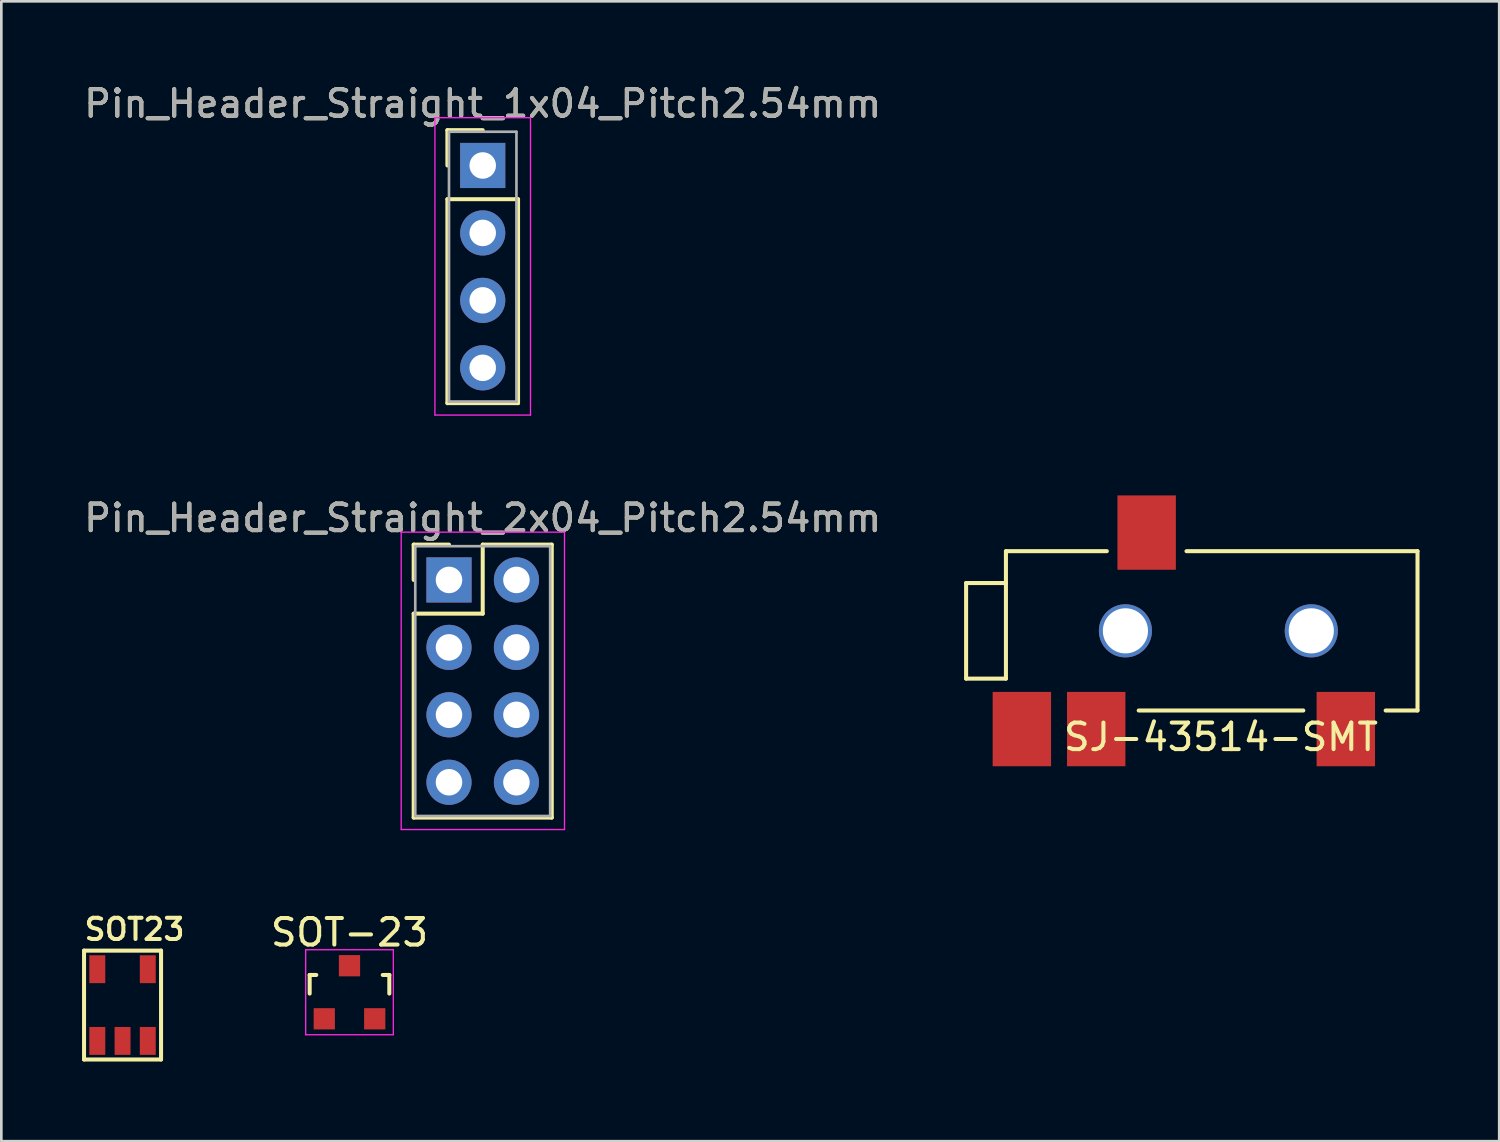
<source format=kicad_pcb>
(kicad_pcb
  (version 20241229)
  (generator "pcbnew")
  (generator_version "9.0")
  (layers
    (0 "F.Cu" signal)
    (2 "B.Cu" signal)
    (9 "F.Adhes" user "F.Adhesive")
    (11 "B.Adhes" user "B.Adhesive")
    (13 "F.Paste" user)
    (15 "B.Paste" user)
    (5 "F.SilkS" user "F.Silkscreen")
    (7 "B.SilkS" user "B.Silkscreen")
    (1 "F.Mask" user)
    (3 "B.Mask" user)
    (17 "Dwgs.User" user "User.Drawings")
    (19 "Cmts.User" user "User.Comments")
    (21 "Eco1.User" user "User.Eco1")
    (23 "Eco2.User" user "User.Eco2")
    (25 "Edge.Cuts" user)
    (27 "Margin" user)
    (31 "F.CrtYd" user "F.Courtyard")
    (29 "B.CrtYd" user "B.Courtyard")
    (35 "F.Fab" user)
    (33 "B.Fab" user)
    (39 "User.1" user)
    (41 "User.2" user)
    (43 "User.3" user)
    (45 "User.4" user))
  (footprint "SJ-43514-SMT"
    (layer "F.Cu")
    (at 42.833 20.707)
    (property "Reference" "SJ-43514-SMT" (at 0.1 4 0) (layer "F.SilkS") (effects (font (size 1 1) (thickness 0.152))))
    (attr through_hole)
    (fp_line (start -9.5 -1.8) (end -8 -1.8) (stroke (width 0.152) (type solid)) (layer "F.SilkS"))
    (fp_line (start -9.5 1.8) (end -9.5 -1.8) (stroke (width 0.152) (type solid)) (layer "F.SilkS"))
    (fp_line (start -8 -3) (end -8 1.8) (stroke (width 0.152) (type solid)) (layer "F.SilkS"))
    (fp_line (start -8 -3) (end -4.2 -3) (stroke (width 0.152) (type solid)) (layer "F.SilkS"))
    (fp_line (start -8 1.8) (end -9.5 1.8) (stroke (width 0.152) (type solid)) (layer "F.SilkS"))
    (fp_line (start -3 3) (end 3.2 3) (stroke (width 0.152) (type solid)) (layer "F.SilkS"))
    (fp_line (start -1.2 -3) (end 7.5 -3) (stroke (width 0.152) (type solid)) (layer "F.SilkS"))
    (fp_line (start 7.5 -3) (end 7.5 3) (stroke (width 0.152) (type solid)) (layer "F.SilkS"))
    (fp_line (start 7.5 3) (end 6.3 3) (stroke (width 0.152) (type solid)) (layer "F.SilkS"))
    (pad "" np_thru_hole circle (at -3.5 0) (size 2 2) (drill 1.7) (layers "*.Cu" "*.Mask"))
    (pad "" np_thru_hole circle (at 3.5 0) (size 2 2) (drill 1.7) (layers "*.Cu" "*.Mask"))
    (pad "1" smd rect (at -7.4 3.7) (size 2.2 2.8) (layers "F.Cu" "F.Mask" "F.Paste"))
    (pad "2" smd rect (at 4.8 3.7) (size 2.2 2.8) (layers "F.Cu" "F.Mask" "F.Paste"))
    (pad "3" smd rect (at -2.7 -3.7) (size 2.2 2.8) (layers "F.Cu" "F.Mask" "F.Paste"))
    (pad "4" smd rect (at -4.6 3.7) (size 2.2 2.8) (layers "F.Cu" "F.Mask" "F.Paste")))
  (footprint "Pin_Header_Straight_2x04_Pitch2.54mm"
    (layer "F.Cu")
    (at 13.859 18.79)
    (property "Reference" "Pin_Header_Straight_2x04_Pitch2.54mm" (at 1.27 -2.33 0) (layer "F.SilkS") (effects (font (size 1 1) (thickness 0.152))))
    (attr through_hole)
    (fp_line (start -1.33 -1.33) (end 0 -1.33) (stroke (width 0.152) (type solid)) (layer "F.SilkS"))
    (fp_line (start -1.33 0) (end -1.33 -1.33) (stroke (width 0.152) (type solid)) (layer "F.SilkS"))
    (fp_line (start -1.33 1.27) (end -1.33 8.95) (stroke (width 0.152) (type solid)) (layer "F.SilkS"))
    (fp_line (start -1.33 8.95) (end 3.87 8.95) (stroke (width 0.152) (type solid)) (layer "F.SilkS"))
    (fp_line (start 1.27 -1.33) (end 1.27 1.27) (stroke (width 0.152) (type solid)) (layer "F.SilkS"))
    (fp_line (start 1.27 1.27) (end -1.33 1.27) (stroke (width 0.152) (type solid)) (layer "F.SilkS"))
    (fp_line (start 3.87 -1.33) (end 1.27 -1.33) (stroke (width 0.152) (type solid)) (layer "F.SilkS"))
    (fp_line (start 3.87 8.95) (end 3.87 -1.33) (stroke (width 0.152) (type solid)) (layer "F.SilkS"))
    (fp_line (start -1.8 -1.8) (end -1.8 9.4) (stroke (width 0.05) (type solid)) (layer "F.CrtYd"))
    (fp_line (start -1.8 9.4) (end 4.35 9.4) (stroke (width 0.05) (type solid)) (layer "F.CrtYd"))
    (fp_line (start 4.35 -1.8) (end -1.8 -1.8) (stroke (width 0.05) (type solid)) (layer "F.CrtYd"))
    (fp_line (start 4.35 9.4) (end 4.35 -1.8) (stroke (width 0.05) (type solid)) (layer "F.CrtYd"))
    (fp_line (start -1.27 -1.27) (end -1.27 8.89) (stroke (width 0.1) (type solid)) (layer "F.Fab"))
    (fp_line (start -1.27 8.89) (end 3.81 8.89) (stroke (width 0.1) (type solid)) (layer "F.Fab"))
    (fp_line (start 3.81 -1.27) (end -1.27 -1.27) (stroke (width 0.1) (type solid)) (layer "F.Fab"))
    (fp_line (start 3.81 8.89) (end 3.81 -1.27) (stroke (width 0.1) (type solid)) (layer "F.Fab"))
    (fp_text user "${REFERENCE}" (at 1.27 -2.33 0) (layer "F.Fab") (effects (font (size 1 1) (thickness 0.152))))
    (pad "1" thru_hole rect (at 0 0) (size 1.7 1.7) (drill 1) (layers "*.Cu" "*.Mask"))
    (pad "2" thru_hole oval (at 2.54 0) (size 1.7 1.7) (drill 1) (layers "*.Cu" "*.Mask"))
    (pad "3" thru_hole oval (at 0 2.54) (size 1.7 1.7) (drill 1) (layers "*.Cu" "*.Mask"))
    (pad "4" thru_hole oval (at 2.54 2.54) (size 1.7 1.7) (drill 1) (layers "*.Cu" "*.Mask"))
    (pad "5" thru_hole oval (at 0 5.08) (size 1.7 1.7) (drill 1) (layers "*.Cu" "*.Mask"))
    (pad "6" thru_hole oval (at 2.54 5.08) (size 1.7 1.7) (drill 1) (layers "*.Cu" "*.Mask"))
    (pad "7" thru_hole oval (at 0 7.62) (size 1.7 1.7) (drill 1) (layers "*.Cu" "*.Mask"))
    (pad "8" thru_hole oval (at 2.54 7.62) (size 1.7 1.7) (drill 1) (layers "*.Cu" "*.Mask")))
  (footprint "SOT-23"
    (layer "F.Cu")
    (at 10.112 34.317)
    (property "Reference" "SOT-23" (at 0 -2.25 0) (layer "F.SilkS") (effects (font (size 1 1) (thickness 0.152))))
    (attr smd)
    (fp_line (start -1.5 -0.65) (end -1.251 -0.65) (stroke (width 0.152) (type solid)) (layer "F.SilkS"))
    (fp_line (start -1.5 0.051) (end -1.5 -0.65) (stroke (width 0.152) (type solid)) (layer "F.SilkS"))
    (fp_line (start 1.299 -0.65) (end 1.251 -0.65) (stroke (width 0.15) (type solid)) (layer "F.SilkS"))
    (fp_line (start 1.299 -0.65) (end 1.5 -0.65) (stroke (width 0.152) (type solid)) (layer "F.SilkS"))
    (fp_line (start 1.5 -0.65) (end 1.5 0.051) (stroke (width 0.152) (type solid)) (layer "F.SilkS"))
    (fp_line (start -1.65 -1.6) (end 1.65 -1.6) (stroke (width 0.05) (type solid)) (layer "F.CrtYd"))
    (fp_line (start -1.65 1.6) (end -1.65 -1.6) (stroke (width 0.05) (type solid)) (layer "F.CrtYd"))
    (fp_line (start 1.65 -1.6) (end 1.65 1.6) (stroke (width 0.05) (type solid)) (layer "F.CrtYd"))
    (fp_line (start 1.65 1.6) (end -1.65 1.6) (stroke (width 0.05) (type solid)) (layer "F.CrtYd"))
    (pad "1" smd rect (at -0.95 1.001) (size 0.8 0.8) (layers "F.Cu" "F.Mask" "F.Paste"))
    (pad "2" smd rect (at 0.95 1.001) (size 0.8 0.8) (layers "F.Cu" "F.Mask" "F.Paste"))
    (pad "3" smd rect (at 0 -0.998) (size 0.8 0.8) (layers "F.Cu" "F.Mask" "F.Paste")))
  (footprint "Pin_Header_Straight_1x04_Pitch2.54mm"
    (layer "F.Cu")
    (at 15.129 3.182)
    (property "Reference" "Pin_Header_Straight_1x04_Pitch2.54mm" (at 0 -2.33 0) (layer "F.SilkS") (effects (font (size 1 1) (thickness 0.152))))
    (attr through_hole)
    (fp_line (start -1.33 -1.33) (end 0 -1.33) (stroke (width 0.152) (type solid)) (layer "F.SilkS"))
    (fp_line (start -1.33 0) (end -1.33 -1.33) (stroke (width 0.152) (type solid)) (layer "F.SilkS"))
    (fp_line (start -1.33 1.27) (end -1.33 8.95) (stroke (width 0.152) (type solid)) (layer "F.SilkS"))
    (fp_line (start -1.33 8.95) (end 1.33 8.95) (stroke (width 0.152) (type solid)) (layer "F.SilkS"))
    (fp_line (start 1.33 1.27) (end -1.33 1.27) (stroke (width 0.152) (type solid)) (layer "F.SilkS"))
    (fp_line (start 1.33 8.95) (end 1.33 1.27) (stroke (width 0.152) (type solid)) (layer "F.SilkS"))
    (fp_line (start -1.8 -1.8) (end -1.8 9.4) (stroke (width 0.05) (type solid)) (layer "F.CrtYd"))
    (fp_line (start -1.8 9.4) (end 1.8 9.4) (stroke (width 0.05) (type solid)) (layer "F.CrtYd"))
    (fp_line (start 1.8 -1.8) (end -1.8 -1.8) (stroke (width 0.05) (type solid)) (layer "F.CrtYd"))
    (fp_line (start 1.8 9.4) (end 1.8 -1.8) (stroke (width 0.05) (type solid)) (layer "F.CrtYd"))
    (fp_line (start -1.27 -1.27) (end -1.27 8.89) (stroke (width 0.1) (type solid)) (layer "F.Fab"))
    (fp_line (start -1.27 8.89) (end 1.27 8.89) (stroke (width 0.1) (type solid)) (layer "F.Fab"))
    (fp_line (start 1.27 -1.27) (end -1.27 -1.27) (stroke (width 0.1) (type solid)) (layer "F.Fab"))
    (fp_line (start 1.27 8.89) (end 1.27 -1.27) (stroke (width 0.1) (type solid)) (layer "F.Fab"))
    (fp_text user "${REFERENCE}" (at 0 -2.33 0) (layer "F.Fab") (effects (font (size 1 1) (thickness 0.152))))
    (pad "1" thru_hole rect (at 0 0) (size 1.7 1.7) (drill 1) (layers "*.Cu" "*.Mask"))
    (pad "2" thru_hole oval (at 0 2.54) (size 1.7 1.7) (drill 1) (layers "*.Cu" "*.Mask"))
    (pad "3" thru_hole oval (at 0 5.08) (size 1.7 1.7) (drill 1) (layers "*.Cu" "*.Mask"))
    (pad "4" thru_hole oval (at 0 7.62) (size 1.7 1.7) (drill 1) (layers "*.Cu" "*.Mask")))
  (footprint "SOT23"
    (layer "F.Cu")
    (at 0.615 36.15)
    (property "Reference" "SOT23" (at 1.4 -4.2 0) (layer "F.SilkS") (effects (font (size 0.8 0.8) (thickness 0.152))))
    (attr through_hole)
    (fp_line (start -0.5 -3.4) (end -0.5 0.7) (stroke (width 0.152) (type solid)) (layer "F.SilkS"))
    (fp_line (start -0.5 0.7) (end 2.4 0.7) (stroke (width 0.152) (type solid)) (layer "F.SilkS"))
    (fp_line (start 2.4 -3.4) (end -0.5 -3.4) (stroke (width 0.152) (type solid)) (layer "F.SilkS"))
    (fp_line (start 2.4 0.7) (end 2.4 -3.4) (stroke (width 0.152) (type solid)) (layer "F.SilkS"))
    (pad "1" smd rect (at 0 0) (size 0.6 1.05) (layers "F.Cu" "F.Mask" "F.Paste"))
    (pad "2" smd rect (at 0.95 0) (size 0.6 1.05) (layers "F.Cu" "F.Mask" "F.Paste"))
    (pad "3" smd rect (at 1.9 0) (size 0.6 1.05) (layers "F.Cu" "F.Mask" "F.Paste"))
    (pad "4" smd rect (at 1.9 -2.7) (size 0.6 1.05) (layers "F.Cu" "F.Mask" "F.Paste"))
    (pad "5" smd rect (at 0 -2.7) (size 0.6 1.05) (layers "F.Cu" "F.Mask" "F.Paste")))
  (gr_rect
    (start -3 -3)
    (end 53.41 39.927)
    (stroke (width 0.1) (type default))
    (fill no)
    (layer "Edge.Cuts")))
</source>
